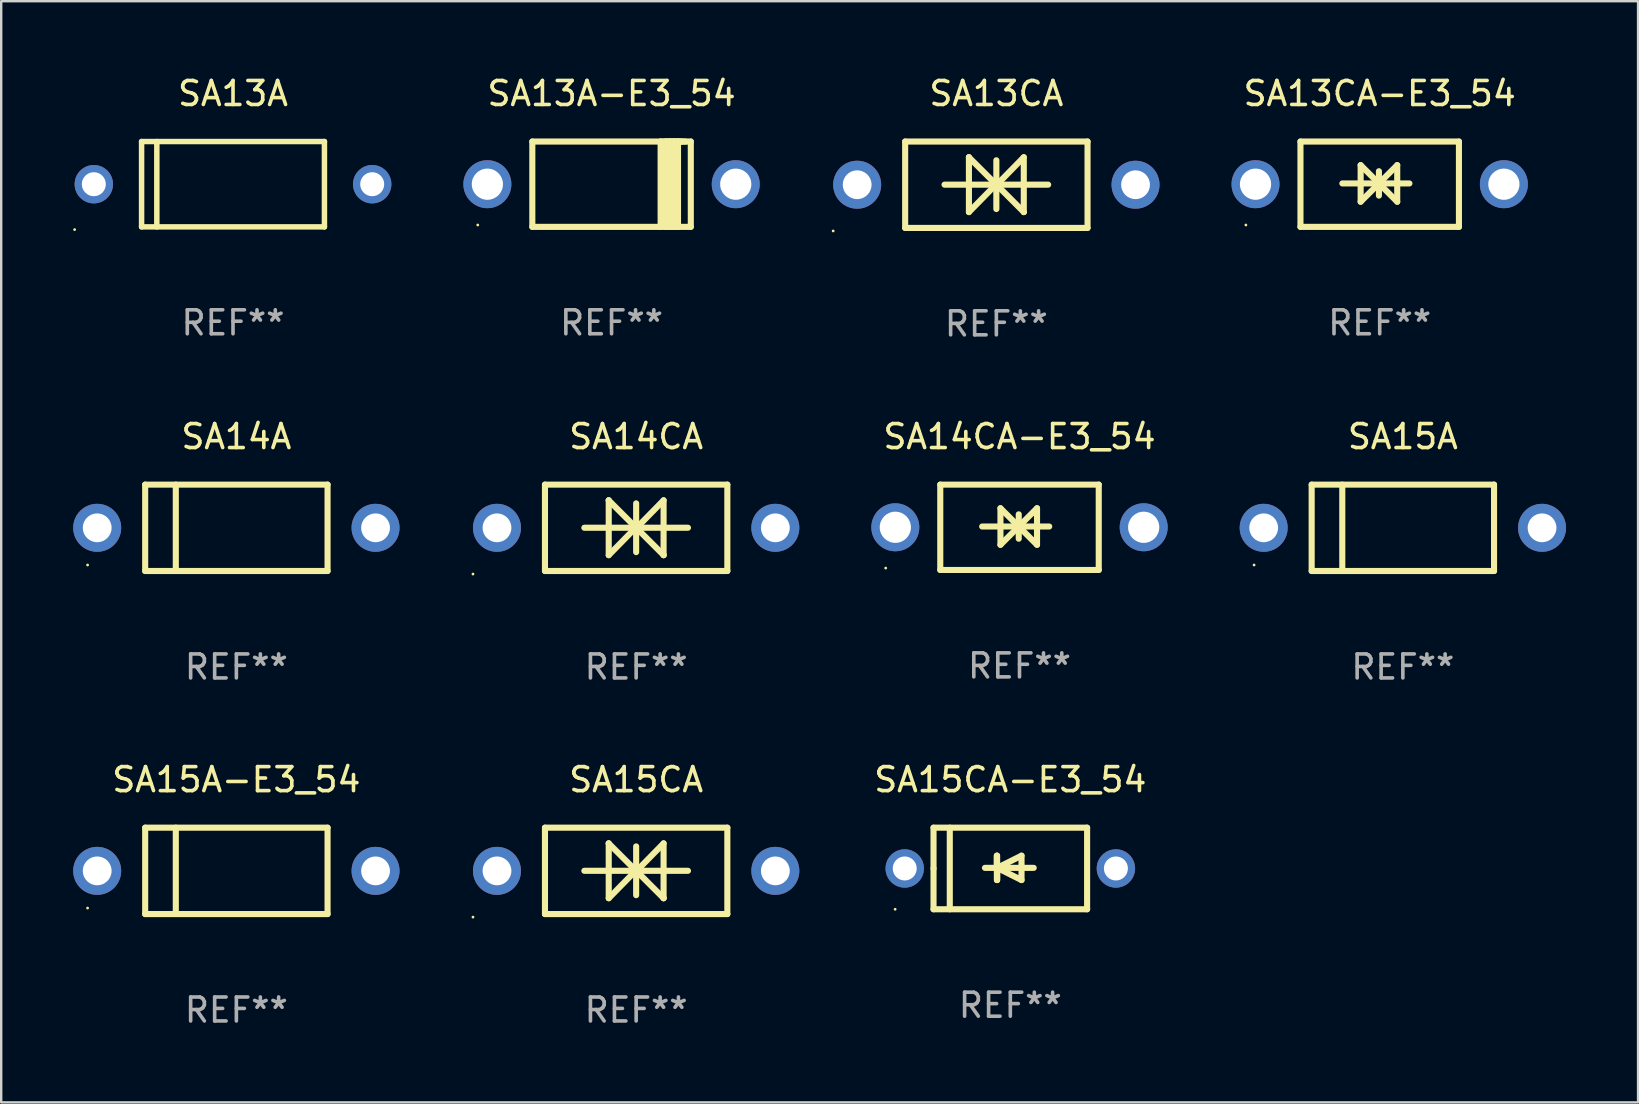
<source format=kicad_pcb>
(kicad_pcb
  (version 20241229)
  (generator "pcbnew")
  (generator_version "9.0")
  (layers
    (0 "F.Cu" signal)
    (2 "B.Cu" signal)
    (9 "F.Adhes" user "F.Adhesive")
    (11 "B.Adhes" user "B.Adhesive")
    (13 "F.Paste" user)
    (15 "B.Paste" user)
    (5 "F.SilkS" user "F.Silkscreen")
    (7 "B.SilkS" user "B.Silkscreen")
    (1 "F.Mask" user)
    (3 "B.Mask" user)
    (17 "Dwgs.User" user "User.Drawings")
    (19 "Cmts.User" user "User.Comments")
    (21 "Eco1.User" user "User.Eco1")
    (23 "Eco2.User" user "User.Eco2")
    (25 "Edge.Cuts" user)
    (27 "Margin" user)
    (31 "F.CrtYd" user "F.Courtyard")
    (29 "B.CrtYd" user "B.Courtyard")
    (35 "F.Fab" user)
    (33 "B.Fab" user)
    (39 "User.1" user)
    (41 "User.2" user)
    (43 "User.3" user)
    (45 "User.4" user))
  (footprint "SA13A"
    (layer "F.Cu")
    (at 6.66 4.626)
    (property "Reference" "SA13A" (at 0 -3.778 0) (layer "F.SilkS") (effects (font (size 1 1) (thickness 0.15))))
    (attr through_hole)
    (fp_line (start -3.81 -1.778) (end 3.81 -1.778) (stroke (width 0.229) (type solid)) (layer "F.SilkS"))
    (fp_line (start -3.81 1.778) (end -3.81 -1.778) (stroke (width 0.229) (type solid)) (layer "F.SilkS"))
    (fp_line (start -3.175 1.778) (end -3.175 -1.778) (stroke (width 0.229) (type solid)) (layer "F.SilkS"))
    (fp_line (start 3.81 -1.778) (end 3.81 1.778) (stroke (width 0.229) (type solid)) (layer "F.SilkS"))
    (fp_line (start 3.81 1.778) (end -3.81 1.778) (stroke (width 0.229) (type solid)) (layer "F.SilkS"))
    (fp_circle (center -6.6 1.892) (end -6.57 1.892) (stroke (width 0.06) (type solid)) (fill no) (layer "F.SilkS"))
    (fp_text user "REF**" (at 0 5.778 0) (layer "F.Fab") (effects (font (size 1 1) (thickness 0.15))))
    (pad "1" thru_hole circle (at -5.8 0) (size 1.6 1.6) (drill 1) (layers "*.Cu" "*.Mask"))
    (pad "2" thru_hole circle (at 5.8 0) (size 1.6 1.6) (drill 1) (layers "*.Cu" "*.Mask")))
  (footprint "SA15A-E3_54"
    (layer "F.Cu")
    (at 6.8 33.241)
    (property "Reference" "SA15A-E3_54" (at 0 -3.8 0) (layer "F.SilkS") (effects (font (size 1 1) (thickness 0.15))))
    (attr through_hole)
    (fp_line (start -3.8 -1.8) (end -3.8 1.8) (stroke (width 0.254) (type solid)) (layer "F.SilkS"))
    (fp_line (start -3.8 -1.8) (end 3.8 -1.8) (stroke (width 0.254) (type solid)) (layer "F.SilkS"))
    (fp_line (start -3.8 1.8) (end 3.8 1.8) (stroke (width 0.254) (type solid)) (layer "F.SilkS"))
    (fp_line (start -2.524 -1.8) (end -2.524 1.8) (stroke (width 0.254) (type solid)) (layer "F.SilkS"))
    (fp_line (start 3.8 -1.8) (end 3.8 1.8) (stroke (width 0.254) (type solid)) (layer "F.SilkS"))
    (fp_circle (center -6.2 1.55) (end -6.17 1.55) (stroke (width 0.06) (type solid)) (fill no) (layer "F.SilkS"))
    (fp_text user "REF**" (at 0 5.8 0) (layer "F.Fab") (effects (font (size 1 1) (thickness 0.15))))
    (pad "1" thru_hole circle (at -5.8 0) (size 2 2) (drill 1.2) (layers "*.Cu" "*.Mask"))
    (pad "2" thru_hole circle (at 5.8 0) (size 2 2) (drill 1.2) (layers "*.Cu" "*.Mask")))
  (footprint "SA15A"
    (layer "F.Cu")
    (at 55.41 18.945)
    (property "Reference" "SA15A" (at 0 -3.8 0) (layer "F.SilkS") (effects (font (size 1 1) (thickness 0.15))))
    (attr through_hole)
    (fp_line (start -3.8 -1.8) (end -3.8 1.8) (stroke (width 0.254) (type solid)) (layer "F.SilkS"))
    (fp_line (start -3.8 -1.8) (end 3.8 -1.8) (stroke (width 0.254) (type solid)) (layer "F.SilkS"))
    (fp_line (start -3.8 1.8) (end 3.8 1.8) (stroke (width 0.254) (type solid)) (layer "F.SilkS"))
    (fp_line (start -2.524 -1.8) (end -2.524 1.8) (stroke (width 0.254) (type solid)) (layer "F.SilkS"))
    (fp_line (start 3.8 -1.8) (end 3.8 1.8) (stroke (width 0.254) (type solid)) (layer "F.SilkS"))
    (fp_circle (center -6.2 1.55) (end -6.17 1.55) (stroke (width 0.06) (type solid)) (fill no) (layer "F.SilkS"))
    (fp_text user "REF**" (at 0 5.8 0) (layer "F.Fab") (effects (font (size 1 1) (thickness 0.15))))
    (pad "1" thru_hole circle (at -5.8 0) (size 2 2) (drill 1.2) (layers "*.Cu" "*.Mask"))
    (pad "2" thru_hole circle (at 5.8 0) (size 2 2) (drill 1.2) (layers "*.Cu" "*.Mask")))
  (footprint "SA14CA"
    (layer "F.Cu")
    (at 23.46 18.945)
    (property "Reference" "SA14CA" (at 0 -3.8 0) (layer "F.SilkS") (effects (font (size 1 1) (thickness 0.15))))
    (attr through_hole)
    (fp_line (start -3.8 -1.8) (end -3.8 1.8) (stroke (width 0.254) (type solid)) (layer "F.SilkS"))
    (fp_line (start -3.8 -1.8) (end 3.8 -1.8) (stroke (width 0.254) (type solid)) (layer "F.SilkS"))
    (fp_line (start -3.8 1.8) (end 3.8 1.8) (stroke (width 0.254) (type solid)) (layer "F.SilkS"))
    (fp_line (start -2.159 -0.003) (end 2.159 -0.003) (stroke (width 0.254) (type solid)) (layer "F.SilkS"))
    (fp_line (start -1.143 -1.146) (end -1.143 1.14) (stroke (width 0.254) (type solid)) (layer "F.SilkS"))
    (fp_line (start -1.143 -1.143) (end -1.143 -1.146) (stroke (width 0.254) (type solid)) (layer "F.SilkS"))
    (fp_line (start 0 -1.019) (end 0 1.013) (stroke (width 0.254) (type solid)) (layer "F.SilkS"))
    (fp_line (start 0 -0.026) (end -1.143 1.14) (stroke (width 0.254) (type solid)) (layer "F.SilkS"))
    (fp_line (start 0 -0.006) (end 1.143 1.137) (stroke (width 0.254) (type solid)) (layer "F.SilkS"))
    (fp_line (start 0 0) (end -1.143 -1.143) (stroke (width 0.254) (type solid)) (layer "F.SilkS"))
    (fp_line (start 0 0.02) (end 1.143 -1.146) (stroke (width 0.254) (type solid)) (layer "F.SilkS"))
    (fp_line (start 1.143 1.137) (end 1.143 1.14) (stroke (width 0.254) (type solid)) (layer "F.SilkS"))
    (fp_line (start 1.143 1.14) (end 1.143 -1.146) (stroke (width 0.254) (type solid)) (layer "F.SilkS"))
    (fp_line (start 3.8 -1.8) (end 3.8 1.8) (stroke (width 0.254) (type solid)) (layer "F.SilkS"))
    (fp_circle (center -6.8 1.927) (end -6.77 1.927) (stroke (width 0.06) (type solid)) (fill no) (layer "F.SilkS"))
    (fp_text user "REF**" (at 0 5.8 0) (layer "F.Fab") (effects (font (size 1 1) (thickness 0.15))))
    (pad "1" thru_hole circle (at -5.8 0) (size 2 2) (drill 1.2) (layers "*.Cu" "*.Mask"))
    (pad "2" thru_hole circle (at 5.8 0) (size 2 2) (drill 1.2) (layers "*.Cu" "*.Mask")))
  (footprint "SA14A"
    (layer "F.Cu")
    (at 6.8 18.945)
    (property "Reference" "SA14A" (at 0 -3.8 0) (layer "F.SilkS") (effects (font (size 1 1) (thickness 0.15))))
    (attr through_hole)
    (fp_line (start -3.8 -1.8) (end -3.8 1.8) (stroke (width 0.254) (type solid)) (layer "F.SilkS"))
    (fp_line (start -3.8 -1.8) (end 3.8 -1.8) (stroke (width 0.254) (type solid)) (layer "F.SilkS"))
    (fp_line (start -3.8 1.8) (end 3.8 1.8) (stroke (width 0.254) (type solid)) (layer "F.SilkS"))
    (fp_line (start -2.524 -1.8) (end -2.524 1.8) (stroke (width 0.254) (type solid)) (layer "F.SilkS"))
    (fp_line (start 3.8 -1.8) (end 3.8 1.8) (stroke (width 0.254) (type solid)) (layer "F.SilkS"))
    (fp_circle (center -6.2 1.55) (end -6.17 1.55) (stroke (width 0.06) (type solid)) (fill no) (layer "F.SilkS"))
    (fp_text user "REF**" (at 0 5.8 0) (layer "F.Fab") (effects (font (size 1 1) (thickness 0.15))))
    (pad "1" thru_hole circle (at -5.8 0) (size 2 2) (drill 1.2) (layers "*.Cu" "*.Mask"))
    (pad "2" thru_hole circle (at 5.8 0) (size 2 2) (drill 1.2) (layers "*.Cu" "*.Mask")))
  (footprint "SA13CA-E3_54"
    (layer "F.Cu")
    (at 54.445 4.626)
    (property "Reference" "SA13CA-E3_54" (at 0 -3.778 0) (layer "F.SilkS") (effects (font (size 1 1) (thickness 0.15))))
    (attr through_hole)
    (fp_line (start -3.302 -1.778) (end -3.302 1.778) (stroke (width 0.254) (type solid)) (layer "F.SilkS"))
    (fp_line (start -3.302 1.778) (end 3.302 1.778) (stroke (width 0.254) (type solid)) (layer "F.SilkS"))
    (fp_line (start -1.556 -0.032) (end 1.238 -0.032) (stroke (width 0.254) (type solid)) (layer "F.SilkS"))
    (fp_line (start -0.794 -0.794) (end 0.73 0.73) (stroke (width 0.254) (type solid)) (layer "F.SilkS"))
    (fp_line (start -0.794 0.73) (end -0.794 -0.794) (stroke (width 0.254) (type solid)) (layer "F.SilkS"))
    (fp_line (start -0.032 -0.54) (end -0.032 0.476) (stroke (width 0.254) (type solid)) (layer "F.SilkS"))
    (fp_line (start 0.73 -0.794) (end -0.794 0.73) (stroke (width 0.254) (type solid)) (layer "F.SilkS"))
    (fp_line (start 0.73 0.73) (end 0.73 -0.794) (stroke (width 0.254) (type solid)) (layer "F.SilkS"))
    (fp_line (start 3.302 -1.778) (end -3.302 -1.778) (stroke (width 0.254) (type solid)) (layer "F.SilkS"))
    (fp_line (start 3.302 1.778) (end 3.302 -1.778) (stroke (width 0.254) (type solid)) (layer "F.SilkS"))
    (fp_circle (center -5.576 1.7) (end -5.546 1.7) (stroke (width 0.06) (type solid)) (fill no) (layer "F.SilkS"))
    (fp_text user "REF**" (at 0 5.778 0) (layer "F.Fab") (effects (font (size 1 1) (thickness 0.15))))
    (pad "1" thru_hole circle (at -5.175 0) (size 2 2) (drill 1.3) (layers "*.Cu" "*.Mask"))
    (pad "2" thru_hole circle (at 5.175 0) (size 2 2) (drill 1.3) (layers "*.Cu" "*.Mask")))
  (footprint "SA15CA"
    (layer "F.Cu")
    (at 23.46 33.241)
    (property "Reference" "SA15CA" (at 0 -3.8 0) (layer "F.SilkS") (effects (font (size 1 1) (thickness 0.15))))
    (attr through_hole)
    (fp_line (start -3.8 -1.8) (end -3.8 1.8) (stroke (width 0.254) (type solid)) (layer "F.SilkS"))
    (fp_line (start -3.8 -1.8) (end 3.8 -1.8) (stroke (width 0.254) (type solid)) (layer "F.SilkS"))
    (fp_line (start -3.8 1.8) (end 3.8 1.8) (stroke (width 0.254) (type solid)) (layer "F.SilkS"))
    (fp_line (start -2.159 -0.003) (end 2.159 -0.003) (stroke (width 0.254) (type solid)) (layer "F.SilkS"))
    (fp_line (start -1.143 -1.146) (end -1.143 1.14) (stroke (width 0.254) (type solid)) (layer "F.SilkS"))
    (fp_line (start -1.143 -1.143) (end -1.143 -1.146) (stroke (width 0.254) (type solid)) (layer "F.SilkS"))
    (fp_line (start 0 -1.019) (end 0 1.013) (stroke (width 0.254) (type solid)) (layer "F.SilkS"))
    (fp_line (start 0 -0.026) (end -1.143 1.14) (stroke (width 0.254) (type solid)) (layer "F.SilkS"))
    (fp_line (start 0 -0.006) (end 1.143 1.137) (stroke (width 0.254) (type solid)) (layer "F.SilkS"))
    (fp_line (start 0 0) (end -1.143 -1.143) (stroke (width 0.254) (type solid)) (layer "F.SilkS"))
    (fp_line (start 0 0.02) (end 1.143 -1.146) (stroke (width 0.254) (type solid)) (layer "F.SilkS"))
    (fp_line (start 1.143 1.137) (end 1.143 1.14) (stroke (width 0.254) (type solid)) (layer "F.SilkS"))
    (fp_line (start 1.143 1.14) (end 1.143 -1.146) (stroke (width 0.254) (type solid)) (layer "F.SilkS"))
    (fp_line (start 3.8 -1.8) (end 3.8 1.8) (stroke (width 0.254) (type solid)) (layer "F.SilkS"))
    (fp_circle (center -6.8 1.927) (end -6.77 1.927) (stroke (width 0.06) (type solid)) (fill no) (layer "F.SilkS"))
    (fp_text user "REF**" (at 0 5.8 0) (layer "F.Fab") (effects (font (size 1 1) (thickness 0.15))))
    (pad "1" thru_hole circle (at -5.8 0) (size 2 2) (drill 1.2) (layers "*.Cu" "*.Mask"))
    (pad "2" thru_hole circle (at 5.8 0) (size 2 2) (drill 1.2) (layers "*.Cu" "*.Mask")))
  (footprint "SA13CA"
    (layer "F.Cu")
    (at 38.47 4.648)
    (property "Reference" "SA13CA" (at 0 -3.8 0) (layer "F.SilkS") (effects (font (size 1 1) (thickness 0.15))))
    (attr through_hole)
    (fp_line (start -3.8 -1.8) (end -3.8 1.8) (stroke (width 0.254) (type solid)) (layer "F.SilkS"))
    (fp_line (start -3.8 -1.8) (end 3.8 -1.8) (stroke (width 0.254) (type solid)) (layer "F.SilkS"))
    (fp_line (start -3.8 1.8) (end 3.8 1.8) (stroke (width 0.254) (type solid)) (layer "F.SilkS"))
    (fp_line (start -2.159 -0.003) (end 2.159 -0.003) (stroke (width 0.254) (type solid)) (layer "F.SilkS"))
    (fp_line (start -1.143 -1.146) (end -1.143 1.14) (stroke (width 0.254) (type solid)) (layer "F.SilkS"))
    (fp_line (start -1.143 -1.143) (end -1.143 -1.146) (stroke (width 0.254) (type solid)) (layer "F.SilkS"))
    (fp_line (start 0 -1.019) (end 0 1.013) (stroke (width 0.254) (type solid)) (layer "F.SilkS"))
    (fp_line (start 0 -0.026) (end -1.143 1.14) (stroke (width 0.254) (type solid)) (layer "F.SilkS"))
    (fp_line (start 0 -0.006) (end 1.143 1.137) (stroke (width 0.254) (type solid)) (layer "F.SilkS"))
    (fp_line (start 0 0) (end -1.143 -1.143) (stroke (width 0.254) (type solid)) (layer "F.SilkS"))
    (fp_line (start 0 0.02) (end 1.143 -1.146) (stroke (width 0.254) (type solid)) (layer "F.SilkS"))
    (fp_line (start 1.143 1.137) (end 1.143 1.14) (stroke (width 0.254) (type solid)) (layer "F.SilkS"))
    (fp_line (start 1.143 1.14) (end 1.143 -1.146) (stroke (width 0.254) (type solid)) (layer "F.SilkS"))
    (fp_line (start 3.8 -1.8) (end 3.8 1.8) (stroke (width 0.254) (type solid)) (layer "F.SilkS"))
    (fp_circle (center -6.8 1.927) (end -6.77 1.927) (stroke (width 0.06) (type solid)) (fill no) (layer "F.SilkS"))
    (fp_text user "REF**" (at 0 5.8 0) (layer "F.Fab") (effects (font (size 1 1) (thickness 0.15))))
    (pad "1" thru_hole circle (at -5.8 0) (size 2 2) (drill 1.2) (layers "*.Cu" "*.Mask"))
    (pad "2" thru_hole circle (at 5.8 0) (size 2 2) (drill 1.2) (layers "*.Cu" "*.Mask")))
  (footprint "SA15CA-E3_54"
    (layer "F.Cu")
    (at 39.052 33.141)
    (property "Reference" "SA15CA-E3_54" (at 0 -3.7 0) (layer "F.SilkS") (effects (font (size 1 1) (thickness 0.15))))
    (attr through_hole)
    (fp_line (start -3.2 -1.7) (end 3.2 -1.7) (stroke (width 0.254) (type solid)) (layer "F.SilkS"))
    (fp_line (start -3.2 0) (end -3.2 -1.7) (stroke (width 0.254) (type solid)) (layer "F.SilkS"))
    (fp_line (start -3.2 1.7) (end -3.2 0) (stroke (width 0.254) (type solid)) (layer "F.SilkS"))
    (fp_line (start -2.523 -1.7) (end -2.523 1.7) (stroke (width 0.254) (type solid)) (layer "F.SilkS"))
    (fp_line (start -0.561 -0.533) (end -0.561 0.483) (stroke (width 0.254) (type solid)) (layer "F.SilkS"))
    (fp_line (start -0.561 -0.025) (end -0.561 -0.533) (stroke (width 0.254) (type solid)) (layer "F.SilkS"))
    (fp_line (start -0.549 -0.025) (end -0.549 0.483) (stroke (width 0.254) (type solid)) (layer "F.SilkS"))
    (fp_line (start -0.549 -0.025) (end 0.467 0.483) (stroke (width 0.254) (type solid)) (layer "F.SilkS"))
    (fp_line (start -0.549 0.483) (end -0.549 -0.533) (stroke (width 0.254) (type solid)) (layer "F.SilkS"))
    (fp_line (start 0.467 -0.533) (end -0.549 -0.025) (stroke (width 0.254) (type solid)) (layer "F.SilkS"))
    (fp_line (start 0.467 0.483) (end 0.467 -0.533) (stroke (width 0.254) (type solid)) (layer "F.SilkS"))
    (fp_line (start 0.975 -0.025) (end -1.057 -0.025) (stroke (width 0.254) (type solid)) (layer "F.SilkS"))
    (fp_line (start 3.2 -1.7) (end 3.2 1.7) (stroke (width 0.254) (type solid)) (layer "F.SilkS"))
    (fp_line (start 3.2 1.7) (end -3.2 1.7) (stroke (width 0.254) (type solid)) (layer "F.SilkS"))
    (fp_circle (center -4.8 1.7) (end -4.77 1.7) (stroke (width 0.06) (type solid)) (fill no) (layer "F.SilkS"))
    (fp_text user "REF**" (at 0 5.7 0) (layer "F.Fab") (effects (font (size 1 1) (thickness 0.15))))
    (pad "1" thru_hole circle (at -4.4 0) (size 1.6 1.6) (drill 1) (layers "*.Cu" "*.Mask"))
    (pad "2" thru_hole circle (at 4.4 0) (size 1.6 1.6) (drill 1) (layers "*.Cu" "*.Mask")))
  (footprint "SA13A-E3_54"
    (layer "F.Cu")
    (at 22.435 4.626)
    (property "Reference" "SA13A-E3_54" (at 0 -3.778 0) (layer "F.SilkS") (effects (font (size 1 1) (thickness 0.15))))
    (attr through_hole)
    (fp_line (start -3.302 -1.778) (end -3.302 1.778) (stroke (width 0.254) (type solid)) (layer "F.SilkS"))
    (fp_line (start -3.302 1.778) (end 3.302 1.778) (stroke (width 0.254) (type solid)) (layer "F.SilkS"))
    (fp_line (start 2.045 -1.778) (end 2.045 1.778) (stroke (width 0.254) (type solid)) (layer "F.SilkS"))
    (fp_line (start 2.261 -1.778) (end 2.261 1.778) (stroke (width 0.254) (type solid)) (layer "F.SilkS"))
    (fp_line (start 2.421 -1.778) (end 2.045 -1.778) (stroke (width 0.254) (type solid)) (layer "F.SilkS"))
    (fp_line (start 2.439 -1.778) (end 2.439 1.778) (stroke (width 0.254) (type solid)) (layer "F.SilkS"))
    (fp_line (start 2.579 -1.778) (end 2.261 -1.778) (stroke (width 0.254) (type solid)) (layer "F.SilkS"))
    (fp_line (start 2.604 -1.778) (end 2.604 1.778) (stroke (width 0.254) (type solid)) (layer "F.SilkS"))
    (fp_line (start 2.757 -1.778) (end 2.439 -1.778) (stroke (width 0.254) (type solid)) (layer "F.SilkS"))
    (fp_line (start 2.769 -1.778) (end 2.769 1.778) (stroke (width 0.254) (type solid)) (layer "F.SilkS"))
    (fp_line (start 2.922 -1.778) (end 2.604 -1.778) (stroke (width 0.254) (type solid)) (layer "F.SilkS"))
    (fp_line (start 3.087 -1.778) (end 2.769 -1.778) (stroke (width 0.254) (type solid)) (layer "F.SilkS"))
    (fp_line (start 3.302 -1.778) (end -3.302 -1.778) (stroke (width 0.254) (type solid)) (layer "F.SilkS"))
    (fp_line (start 3.302 1.778) (end 3.302 -1.778) (stroke (width 0.254) (type solid)) (layer "F.SilkS"))
    (fp_circle (center -5.576 1.7) (end -5.546 1.7) (stroke (width 0.06) (type solid)) (fill no) (layer "F.SilkS"))
    (fp_text user "REF**" (at 0 5.778 0) (layer "F.Fab") (effects (font (size 1 1) (thickness 0.15))))
    (pad "1" thru_hole circle (at -5.175 0) (size 2 2) (drill 1.3) (layers "*.Cu" "*.Mask"))
    (pad "2" thru_hole circle (at 5.175 0) (size 2 2) (drill 1.3) (layers "*.Cu" "*.Mask")))
  (footprint "SA14CA-E3_54"
    (layer "F.Cu")
    (at 39.435 18.923)
    (property "Reference" "SA14CA-E3_54" (at 0 -3.778 0) (layer "F.SilkS") (effects (font (size 1 1) (thickness 0.15))))
    (attr through_hole)
    (fp_line (start -3.302 -1.778) (end -3.302 1.778) (stroke (width 0.254) (type solid)) (layer "F.SilkS"))
    (fp_line (start -3.302 1.778) (end 3.302 1.778) (stroke (width 0.254) (type solid)) (layer "F.SilkS"))
    (fp_line (start -1.556 -0.032) (end 1.238 -0.032) (stroke (width 0.254) (type solid)) (layer "F.SilkS"))
    (fp_line (start -0.794 -0.794) (end 0.73 0.73) (stroke (width 0.254) (type solid)) (layer "F.SilkS"))
    (fp_line (start -0.794 0.73) (end -0.794 -0.794) (stroke (width 0.254) (type solid)) (layer "F.SilkS"))
    (fp_line (start -0.032 -0.54) (end -0.032 0.476) (stroke (width 0.254) (type solid)) (layer "F.SilkS"))
    (fp_line (start 0.73 -0.794) (end -0.794 0.73) (stroke (width 0.254) (type solid)) (layer "F.SilkS"))
    (fp_line (start 0.73 0.73) (end 0.73 -0.794) (stroke (width 0.254) (type solid)) (layer "F.SilkS"))
    (fp_line (start 3.302 -1.778) (end -3.302 -1.778) (stroke (width 0.254) (type solid)) (layer "F.SilkS"))
    (fp_line (start 3.302 1.778) (end 3.302 -1.778) (stroke (width 0.254) (type solid)) (layer "F.SilkS"))
    (fp_circle (center -5.576 1.7) (end -5.546 1.7) (stroke (width 0.06) (type solid)) (fill no) (layer "F.SilkS"))
    (fp_text user "REF**" (at 0 5.778 0) (layer "F.Fab") (effects (font (size 1 1) (thickness 0.15))))
    (pad "1" thru_hole circle (at -5.175 0) (size 2 2) (drill 1.3) (layers "*.Cu" "*.Mask"))
    (pad "2" thru_hole circle (at 5.175 0) (size 2 2) (drill 1.3) (layers "*.Cu" "*.Mask")))
  (gr_rect
    (start -3 -3)
    (end 65.211 42.889)
    (stroke (width 0.1) (type default))
    (fill no)
    (layer "Edge.Cuts")))
</source>
